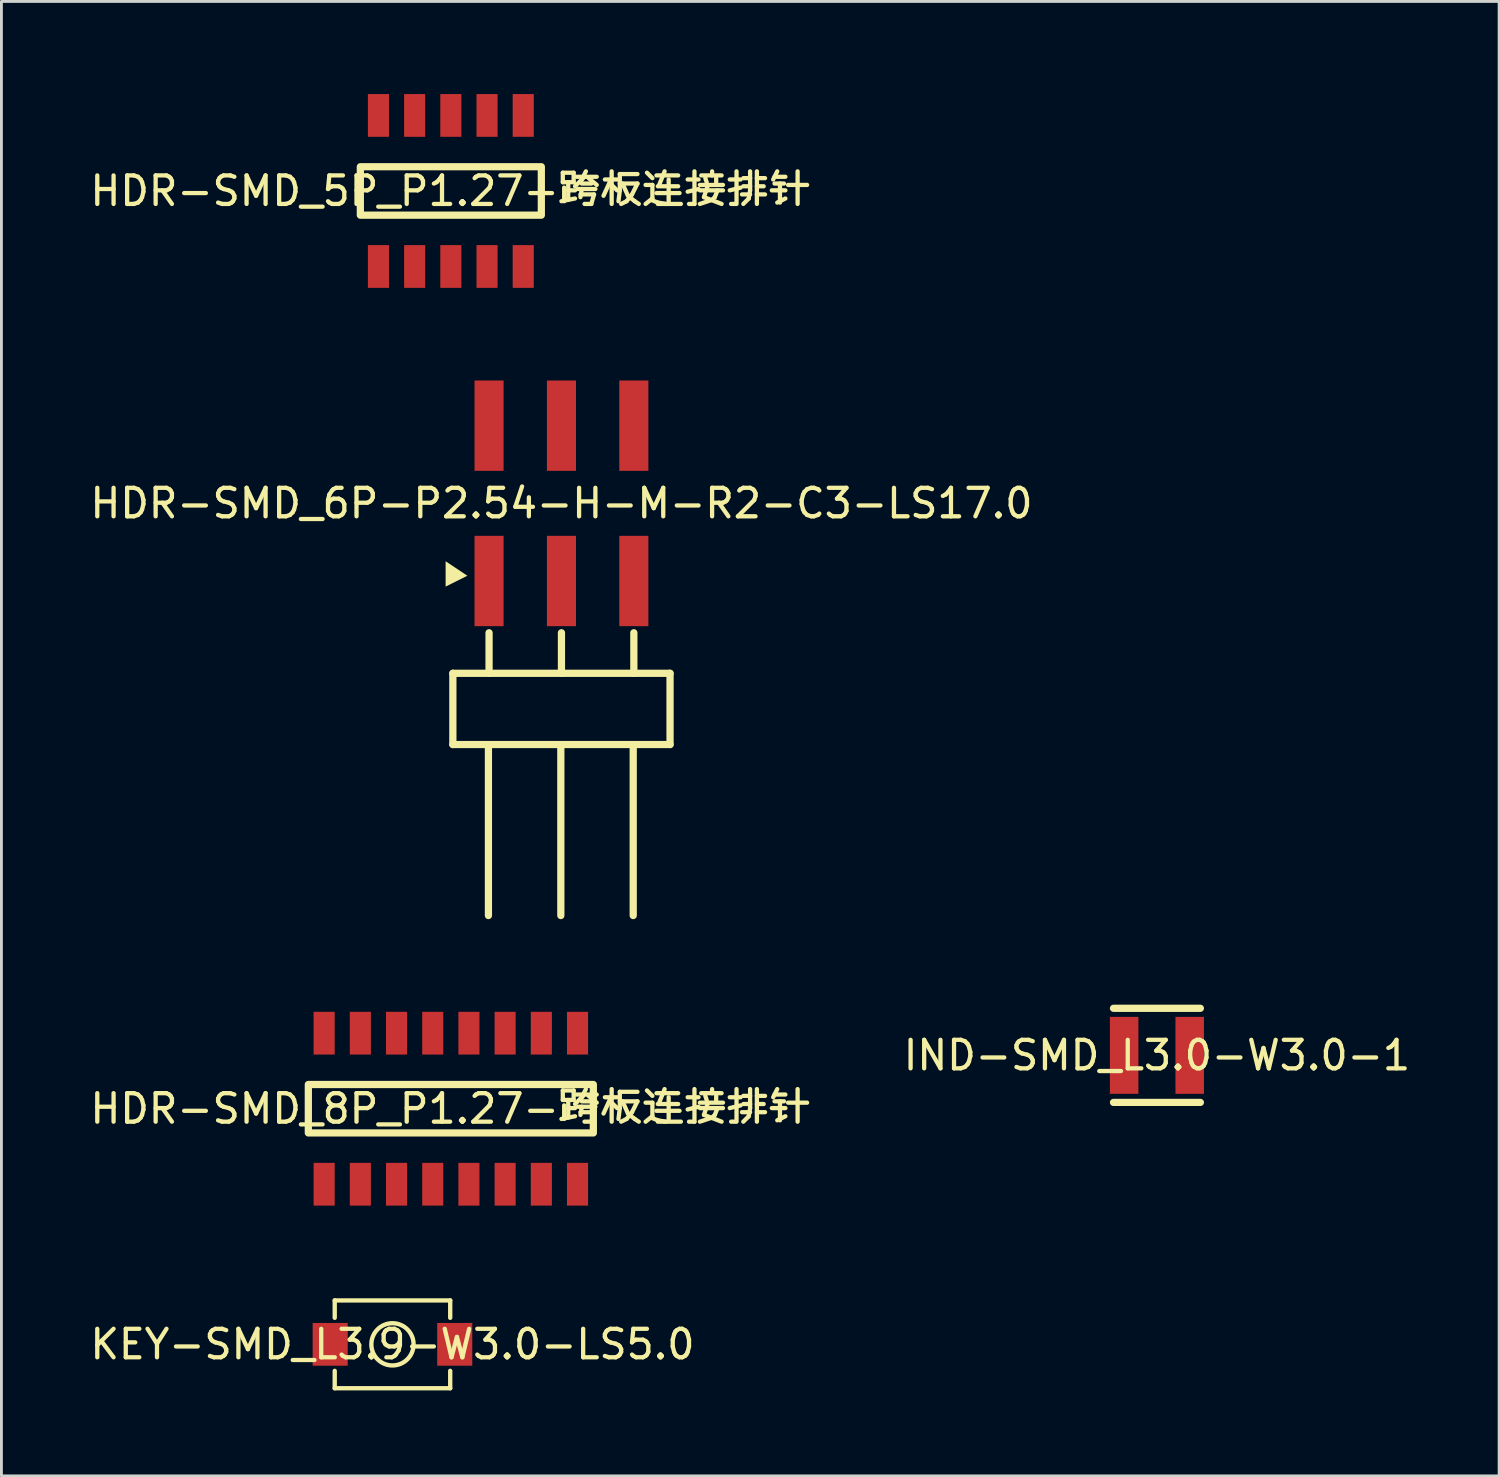
<source format=kicad_pcb>
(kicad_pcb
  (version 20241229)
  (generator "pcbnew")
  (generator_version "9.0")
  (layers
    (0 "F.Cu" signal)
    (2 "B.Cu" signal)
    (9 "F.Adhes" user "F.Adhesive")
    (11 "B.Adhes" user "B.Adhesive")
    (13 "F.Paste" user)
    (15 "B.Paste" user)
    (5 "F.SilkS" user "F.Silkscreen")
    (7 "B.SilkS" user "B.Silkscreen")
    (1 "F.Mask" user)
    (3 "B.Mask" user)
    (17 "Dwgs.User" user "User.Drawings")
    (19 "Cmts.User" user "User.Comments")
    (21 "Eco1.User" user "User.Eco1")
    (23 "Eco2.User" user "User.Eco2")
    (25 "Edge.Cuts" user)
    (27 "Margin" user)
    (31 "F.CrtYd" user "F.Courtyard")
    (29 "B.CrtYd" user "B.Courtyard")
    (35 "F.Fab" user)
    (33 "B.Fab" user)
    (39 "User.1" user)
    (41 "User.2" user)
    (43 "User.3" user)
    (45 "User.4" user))
  (footprint "KEY-SMD_L3.9-W3.0-LS5.0"
    (layer "F.Cu")
    (at 10.72 44.117)
    (property "Reference" "KEY-SMD_L3.9-W3.0-LS5.0" (at 0 0 0) (layer "F.SilkS") (effects (font (size 1 1) (thickness 0.15))))
    (fp_line (start -2.026 -1.541) (end -2.026 -0.93) (stroke (width 0.152) (type default)) (layer "F.SilkS"))
    (fp_line (start -2.026 0.93) (end -2.026 1.541) (stroke (width 0.152) (type default)) (layer "F.SilkS"))
    (fp_line (start 2.026 -1.541) (end -2.026 -1.541) (stroke (width 0.152) (type default)) (layer "F.SilkS"))
    (fp_line (start 2.026 -1.541) (end 2.026 -0.93) (stroke (width 0.152) (type default)) (layer "F.SilkS"))
    (fp_line (start 2.026 0.93) (end 2.026 1.541) (stroke (width 0.152) (type default)) (layer "F.SilkS"))
    (fp_line (start 2.026 1.541) (end -2.026 1.541) (stroke (width 0.152) (type default)) (layer "F.SilkS"))
    (fp_circle (center 0 0) (end 0.741 0) (stroke (width 0.152) (type default)) (fill no) (layer "F.SilkS"))
    (fp_poly (pts (xy -2.5 -0.65) (xy -1.8 -0.65) (xy -1.8 0.65) (xy -2.5 0.65)) (stroke (width 0.1) (type default)) (fill no) (layer "User.1"))
    (fp_poly (pts (xy 1.8 -0.65) (xy 2.5 -0.65) (xy 2.5 0.65) (xy 1.8 0.65)) (stroke (width 0.1) (type default)) (fill no) (layer "User.1"))
    (fp_line (start -1.95 -1.465) (end 1.95 -1.465) (stroke (width 0.051) (type default)) (layer "User.2"))
    (fp_line (start -1.95 1.465) (end -1.95 -1.465) (stroke (width 0.051) (type default)) (layer "User.2"))
    (fp_line (start 1.95 -1.465) (end 1.95 1.465) (stroke (width 0.051) (type default)) (layer "User.2"))
    (fp_line (start 1.95 1.465) (end -1.95 1.465) (stroke (width 0.051) (type default)) (layer "User.2"))
    (fp_poly (pts (xy -2.445 1.442) (xy -2.477 1.41) (xy -2.523 1.41) (xy -2.555 1.442) (xy -2.555 1.488) (xy -2.523 1.52) (xy -2.477 1.52) (xy -2.445 1.488)) (stroke (width 0.1) (type default)) (fill no) (layer "User.3"))
    (pad "1" smd rect (at -2.185 0) (size 1.23 1.5) (layers "F.Cu" "F.Mask" "F.Paste"))
    (pad "2" smd rect (at 2.185 0) (size 1.23 1.5) (layers "F.Cu" "F.Mask" "F.Paste")))
  (footprint "HDR-SMD_8P_P1.27-跨板连接排针"
    (layer "F.Cu")
    (at 12.768 35.85)
    (property "Reference" "HDR-SMD_8P_P1.27-跨板连接排针" (at 0 0 0) (layer "F.SilkS") (effects (font (size 1 1) (thickness 0.15))))
    (fp_rect (start -5 -0.85) (end 5 0.85) (stroke (width 0.254) (type default)) (fill no) (layer "F.SilkS"))
    (fp_rect (start -5.08 -3.6) (end 5.08 3.6) (stroke (width 0.1) (type default)) (fill no) (layer "User.2"))
    (fp_poly (pts (xy -4.685 -3.223) (xy -4.717 -3.255) (xy -4.763 -3.255) (xy -4.795 -3.223) (xy -4.795 -3.177) (xy -4.763 -3.145) (xy -4.717 -3.145) (xy -4.685 -3.177)) (stroke (width 0.1) (type default)) (fill no) (layer "User.3"))
    (pad "1" smd rect (at -4.445 -2.65 270) (size 1.5 0.74) (layers "F.Cu" "F.Mask" "F.Paste"))
    (pad "1" smd rect (at -4.445 2.65 270) (size 1.5 0.74) (layers "F.Cu" "F.Mask" "F.Paste"))
    (pad "2" smd rect (at -3.175 -2.65 270) (size 1.5 0.74) (layers "F.Cu" "F.Mask" "F.Paste"))
    (pad "2" smd rect (at -3.175 2.65 270) (size 1.5 0.74) (layers "F.Cu" "F.Mask" "F.Paste"))
    (pad "3" smd rect (at -1.905 -2.65 90) (size 1.5 0.74) (layers "F.Cu" "F.Mask" "F.Paste"))
    (pad "3" smd rect (at -1.905 2.65 90) (size 1.5 0.74) (layers "F.Cu" "F.Mask" "F.Paste"))
    (pad "4" smd rect (at -0.635 -2.65 90) (size 1.5 0.74) (layers "F.Cu" "F.Mask" "F.Paste"))
    (pad "4" smd rect (at -0.635 2.65 90) (size 1.5 0.74) (layers "F.Cu" "F.Mask" "F.Paste"))
    (pad "5" smd rect (at 0.635 -2.65 90) (size 1.5 0.74) (layers "F.Cu" "F.Mask" "F.Paste"))
    (pad "5" smd rect (at 0.635 2.65 90) (size 1.5 0.74) (layers "F.Cu" "F.Mask" "F.Paste"))
    (pad "6" smd rect (at 1.905 -2.65 90) (size 1.5 0.74) (layers "F.Cu" "F.Mask" "F.Paste"))
    (pad "6" smd rect (at 1.905 2.65 90) (size 1.5 0.74) (layers "F.Cu" "F.Mask" "F.Paste"))
    (pad "7" smd rect (at 3.175 -2.65 90) (size 1.5 0.74) (layers "F.Cu" "F.Mask" "F.Paste"))
    (pad "7" smd rect (at 3.175 2.65 90) (size 1.5 0.74) (layers "F.Cu" "F.Mask" "F.Paste"))
    (pad "8" smd rect (at 4.445 -2.65 90) (size 1.5 0.74) (layers "F.Cu" "F.Mask" "F.Paste"))
    (pad "8" smd rect (at 4.445 2.65 90) (size 1.5 0.74) (layers "F.Cu" "F.Mask" "F.Paste")))
  (footprint "HDR-SMD_6P-P2.54-H-M-R2-C3-LS17.0"
    (layer "F.Cu")
    (at 16.649 14.61)
    (property "Reference" "HDR-SMD_6P-P2.54-H-M-R2-C3-LS17.0" (at 0 0 0) (layer "F.SilkS") (effects (font (size 1 1) (thickness 0.15))))
    (fp_line (start -3.81 5.963) (end -3.81 8.463) (stroke (width 0.254) (type default)) (layer "F.SilkS"))
    (fp_line (start -3.81 5.963) (end 3.81 5.963) (stroke (width 0.254) (type default)) (layer "F.SilkS"))
    (fp_line (start -3.81 8.463) (end 3.81 8.463) (stroke (width 0.254) (type default)) (layer "F.SilkS"))
    (fp_line (start -2.562 8.463) (end -2.562 14.463) (stroke (width 0.254) (type default)) (layer "F.SilkS"))
    (fp_line (start -2.54 4.541) (end -2.54 5.963) (stroke (width 0.254) (type default)) (layer "F.SilkS"))
    (fp_line (start -0.022 8.463) (end -0.022 14.463) (stroke (width 0.254) (type default)) (layer "F.SilkS"))
    (fp_line (start 0 4.541) (end 0 5.963) (stroke (width 0.254) (type default)) (layer "F.SilkS"))
    (fp_line (start 2.518 8.463) (end 2.518 14.463) (stroke (width 0.254) (type default)) (layer "F.SilkS"))
    (fp_line (start 2.54 4.541) (end 2.54 5.963) (stroke (width 0.254) (type default)) (layer "F.SilkS"))
    (fp_line (start 3.81 5.963) (end 3.81 8.463) (stroke (width 0.254) (type default)) (layer "F.SilkS"))
    (fp_poly (pts (xy -3.302 2.54) (xy -3.556 2.54) (xy -3.302 2.54) (xy -4.064 2.032) (xy -4.064 2.921)) (stroke (width 0) (type default)) (fill yes) (layer "F.SilkS"))
    (pad "1" smd rect (at -2.54 2.725) (size 1.02 3.17) (layers "F.Cu" "F.Mask" "F.Paste"))
    (pad "2" smd rect (at -2.54 -2.725) (size 1.02 3.17) (layers "F.Cu" "F.Mask" "F.Paste"))
    (pad "3" smd rect (at 0 2.725) (size 1.02 3.17) (layers "F.Cu" "F.Mask" "F.Paste"))
    (pad "4" smd rect (at 0 -2.725) (size 1.02 3.17) (layers "F.Cu" "F.Mask" "F.Paste"))
    (pad "5" smd rect (at 2.54 2.725) (size 1.02 3.17) (layers "F.Cu" "F.Mask" "F.Paste"))
    (pad "6" smd rect (at 2.54 -2.725) (size 1.02 3.17) (layers "F.Cu" "F.Mask" "F.Paste")))
  (footprint "IND-SMD_L3.0-W3.0-1"
    (layer "F.Cu")
    (at 37.542 33.978)
    (property "Reference" "IND-SMD_L3.0-W3.0-1" (at 0 0 0) (layer "F.SilkS") (effects (font (size 1 1) (thickness 0.15))))
    (fp_line (start -1.524 -1.651) (end 1.524 -1.651) (stroke (width 0.254) (type default)) (layer "F.SilkS"))
    (fp_line (start 1.524 1.651) (end -1.524 1.651) (stroke (width 0.254) (type default)) (layer "F.SilkS"))
    (fp_poly (pts (xy -1.5 -1.25) (xy -0.75 -1.25) (xy -0.75 1.25) (xy -1.5 1.25)) (stroke (width 0.1) (type default)) (fill no) (layer "User.1"))
    (fp_poly (pts (xy 0.75 -1.25) (xy 1.5 -1.25) (xy 1.5 1.25) (xy 0.75 1.25)) (stroke (width 0.1) (type default)) (fill no) (layer "User.1"))
    (fp_line (start -1.5 -1.5) (end 1.5 -1.5) (stroke (width 0.051) (type default)) (layer "User.2"))
    (fp_line (start -1.5 1.5) (end -1.5 -1.5) (stroke (width 0.051) (type default)) (layer "User.2"))
    (fp_line (start 1.5 -1.5) (end 1.5 1.5) (stroke (width 0.051) (type default)) (layer "User.2"))
    (fp_line (start 1.5 1.5) (end -1.5 1.5) (stroke (width 0.051) (type default)) (layer "User.2"))
    (fp_poly (pts (xy 1.555 -1.523) (xy 1.523 -1.555) (xy 1.477 -1.555) (xy 1.445 -1.523) (xy 1.445 -1.477) (xy 1.477 -1.445) (xy 1.523 -1.445) (xy 1.555 -1.477)) (stroke (width 0.1) (type default)) (fill no) (layer "User.3"))
    (pad "1" smd rect (at -1.15 0 180) (size 1 2.7) (layers "F.Cu" "F.Mask" "F.Paste"))
    (pad "2" smd rect (at 1.15 0 180) (size 1 2.7) (layers "F.Cu" "F.Mask" "F.Paste")))
  (footprint "HDR-SMD_5P_P1.27-跨板连接排针"
    (layer "F.Cu")
    (at 12.768 3.65)
    (property "Reference" "HDR-SMD_5P_P1.27-跨板连接排针" (at 0 0 0) (layer "F.SilkS") (effects (font (size 1 1) (thickness 0.15))))
    (fp_rect (start -3.175 -0.85) (end 3.175 0.85) (stroke (width 0.254) (type default)) (fill no) (layer "F.SilkS"))
    (fp_rect (start -3.175 -3.6) (end 3.175 3.6) (stroke (width 0.1) (type default)) (fill no) (layer "User.2"))
    (fp_poly (pts (xy -2.685 -3.223) (xy -2.717 -3.255) (xy -2.763 -3.255) (xy -2.795 -3.223) (xy -2.795 -3.177) (xy -2.763 -3.145) (xy -2.717 -3.145) (xy -2.685 -3.177)) (stroke (width 0.1) (type default)) (fill no) (layer "User.3"))
    (pad "1" smd rect (at -2.54 -2.65 270) (size 1.5 0.74) (layers "F.Cu" "F.Mask" "F.Paste"))
    (pad "1" smd rect (at -2.54 2.65 270) (size 1.5 0.74) (layers "F.Cu" "F.Mask" "F.Paste"))
    (pad "2" smd rect (at -1.27 -2.65 270) (size 1.5 0.74) (layers "F.Cu" "F.Mask" "F.Paste"))
    (pad "2" smd rect (at -1.27 2.65 270) (size 1.5 0.74) (layers "F.Cu" "F.Mask" "F.Paste"))
    (pad "3" smd rect (at 0 -2.65 90) (size 1.5 0.74) (layers "F.Cu" "F.Mask" "F.Paste"))
    (pad "3" smd rect (at 0 2.65 90) (size 1.5 0.74) (layers "F.Cu" "F.Mask" "F.Paste"))
    (pad "4" smd rect (at 1.27 -2.65 90) (size 1.5 0.74) (layers "F.Cu" "F.Mask" "F.Paste"))
    (pad "4" smd rect (at 1.27 2.65 90) (size 1.5 0.74) (layers "F.Cu" "F.Mask" "F.Paste"))
    (pad "5" smd rect (at 2.54 -2.65 90) (size 1.5 0.74) (layers "F.Cu" "F.Mask" "F.Paste"))
    (pad "5" smd rect (at 2.54 2.65 90) (size 1.5 0.74) (layers "F.Cu" "F.Mask" "F.Paste")))
  (gr_rect
    (start -3 -3)
    (end 49.548 48.734)
    (stroke (width 0.1) (type default))
    (fill no)
    (layer "Edge.Cuts")))
</source>
